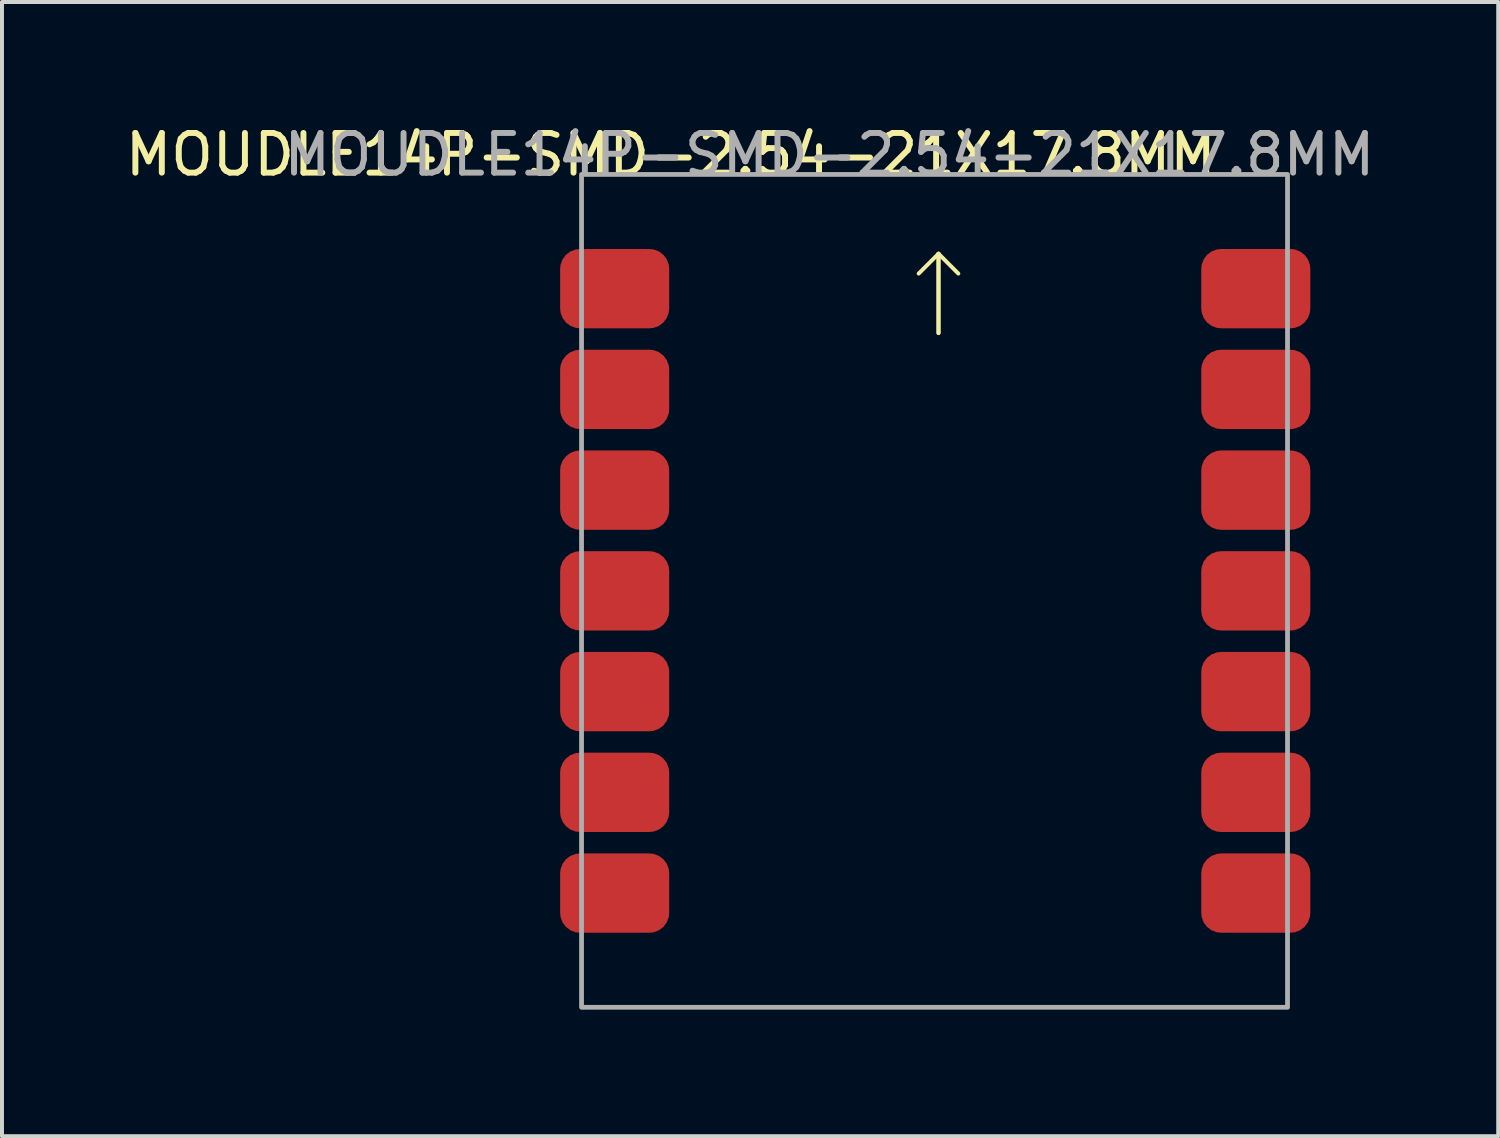
<source format=kicad_pcb>
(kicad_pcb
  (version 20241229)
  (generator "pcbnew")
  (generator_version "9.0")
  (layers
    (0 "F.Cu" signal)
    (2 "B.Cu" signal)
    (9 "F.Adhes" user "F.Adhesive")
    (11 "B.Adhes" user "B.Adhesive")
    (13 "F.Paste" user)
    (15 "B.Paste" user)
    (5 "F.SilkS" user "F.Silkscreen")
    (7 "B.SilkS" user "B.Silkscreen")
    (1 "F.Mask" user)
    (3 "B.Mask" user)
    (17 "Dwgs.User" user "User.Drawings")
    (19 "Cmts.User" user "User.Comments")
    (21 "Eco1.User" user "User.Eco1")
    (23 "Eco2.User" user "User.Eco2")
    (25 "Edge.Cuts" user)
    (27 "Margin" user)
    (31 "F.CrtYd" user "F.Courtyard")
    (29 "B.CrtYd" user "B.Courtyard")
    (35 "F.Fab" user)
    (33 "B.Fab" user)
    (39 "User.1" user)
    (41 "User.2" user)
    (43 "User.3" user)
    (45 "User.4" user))
  (footprint "MOUDLE14P-SMD-2.54-21X17.8MM"
    (layer "F.Cu")
    (at 11.613 22.348)
    (property "Reference" "MOUDLE14P-SMD-2.54-21X17.8MM" (at 2.25 -21.5 0) (unlocked yes) (layer "F.SilkS") (effects (font (size 1 1) (thickness 0.15))))
    (attr smd)
    (fp_line (start 9 -19) (end 8.5 -18.5) (stroke (width 0.1) (type default)) (layer "F.SilkS"))
    (fp_line (start 9 -19) (end 9 -17) (stroke (width 0.1) (type default)) (layer "F.SilkS"))
    (fp_line (start 9 -19) (end 9.5 -18.5) (stroke (width 0.1) (type default)) (layer "F.SilkS"))
    (fp_line (start 9 -17) (end 9 -19) (stroke (width 0.1) (type default)) (layer "F.SilkS"))
    (fp_rect (start 0 -21) (end 17.8 0) (stroke (width 0.12) (type solid)) (fill no) (layer "F.Fab"))
    (fp_text user "${REFERENCE}" (at 6.25 -21.5 0) (unlocked yes) (layer "F.Fab") (effects (font (size 1 1) (thickness 0.15))))
    (pad "1" smd roundrect (at 0.835 -18.12) (size 2.75 2) (layers "F.Cu" "F.Mask" "F.Paste") (roundrect_rratio 0.25))
    (pad "2" smd roundrect (at 0.835 -15.58) (size 2.75 2) (layers "F.Cu" "F.Mask" "F.Paste") (roundrect_rratio 0.25))
    (pad "3" smd roundrect (at 0.835 -13.04) (size 2.75 2) (layers "F.Cu" "F.Mask" "F.Paste") (roundrect_rratio 0.25))
    (pad "4" smd roundrect (at 0.835 -10.5) (size 2.75 2) (layers "F.Cu" "F.Mask" "F.Paste") (roundrect_rratio 0.25))
    (pad "5" smd roundrect (at 0.835 -7.96) (size 2.75 2) (layers "F.Cu" "F.Mask" "F.Paste") (roundrect_rratio 0.25))
    (pad "6" smd roundrect (at 0.835 -5.42) (size 2.75 2) (layers "F.Cu" "F.Mask" "F.Paste") (roundrect_rratio 0.25))
    (pad "7" smd roundrect (at 0.835 -2.88) (size 2.75 2) (layers "F.Cu" "F.Mask" "F.Paste") (roundrect_rratio 0.25))
    (pad "8" smd roundrect (at 17 -2.88) (size 2.75 2) (layers "F.Cu" "F.Mask" "F.Paste") (roundrect_rratio 0.25))
    (pad "9" smd roundrect (at 17 -5.42) (size 2.75 2) (layers "F.Cu" "F.Mask" "F.Paste") (roundrect_rratio 0.25))
    (pad "10" smd roundrect (at 17 -7.96) (size 2.75 2) (layers "F.Cu" "F.Mask" "F.Paste") (roundrect_rratio 0.25))
    (pad "11" smd roundrect (at 17 -10.5) (size 2.75 2) (layers "F.Cu" "F.Mask" "F.Paste") (roundrect_rratio 0.25))
    (pad "12" smd roundrect (at 17 -13.04) (size 2.75 2) (layers "F.Cu" "F.Mask" "F.Paste") (roundrect_rratio 0.25))
    (pad "13" smd roundrect (at 17 -15.58) (size 2.75 2) (layers "F.Cu" "F.Mask" "F.Paste") (roundrect_rratio 0.25))
    (pad "14" smd roundrect (at 17 -18.12) (size 2.75 2) (layers "F.Cu" "F.Mask" "F.Paste") (roundrect_rratio 0.25)))
  (gr_rect
    (start -3 -3)
    (end 34.726 25.598)
    (stroke (width 0.1) (type default))
    (fill no)
    (layer "Edge.Cuts")))
</source>
